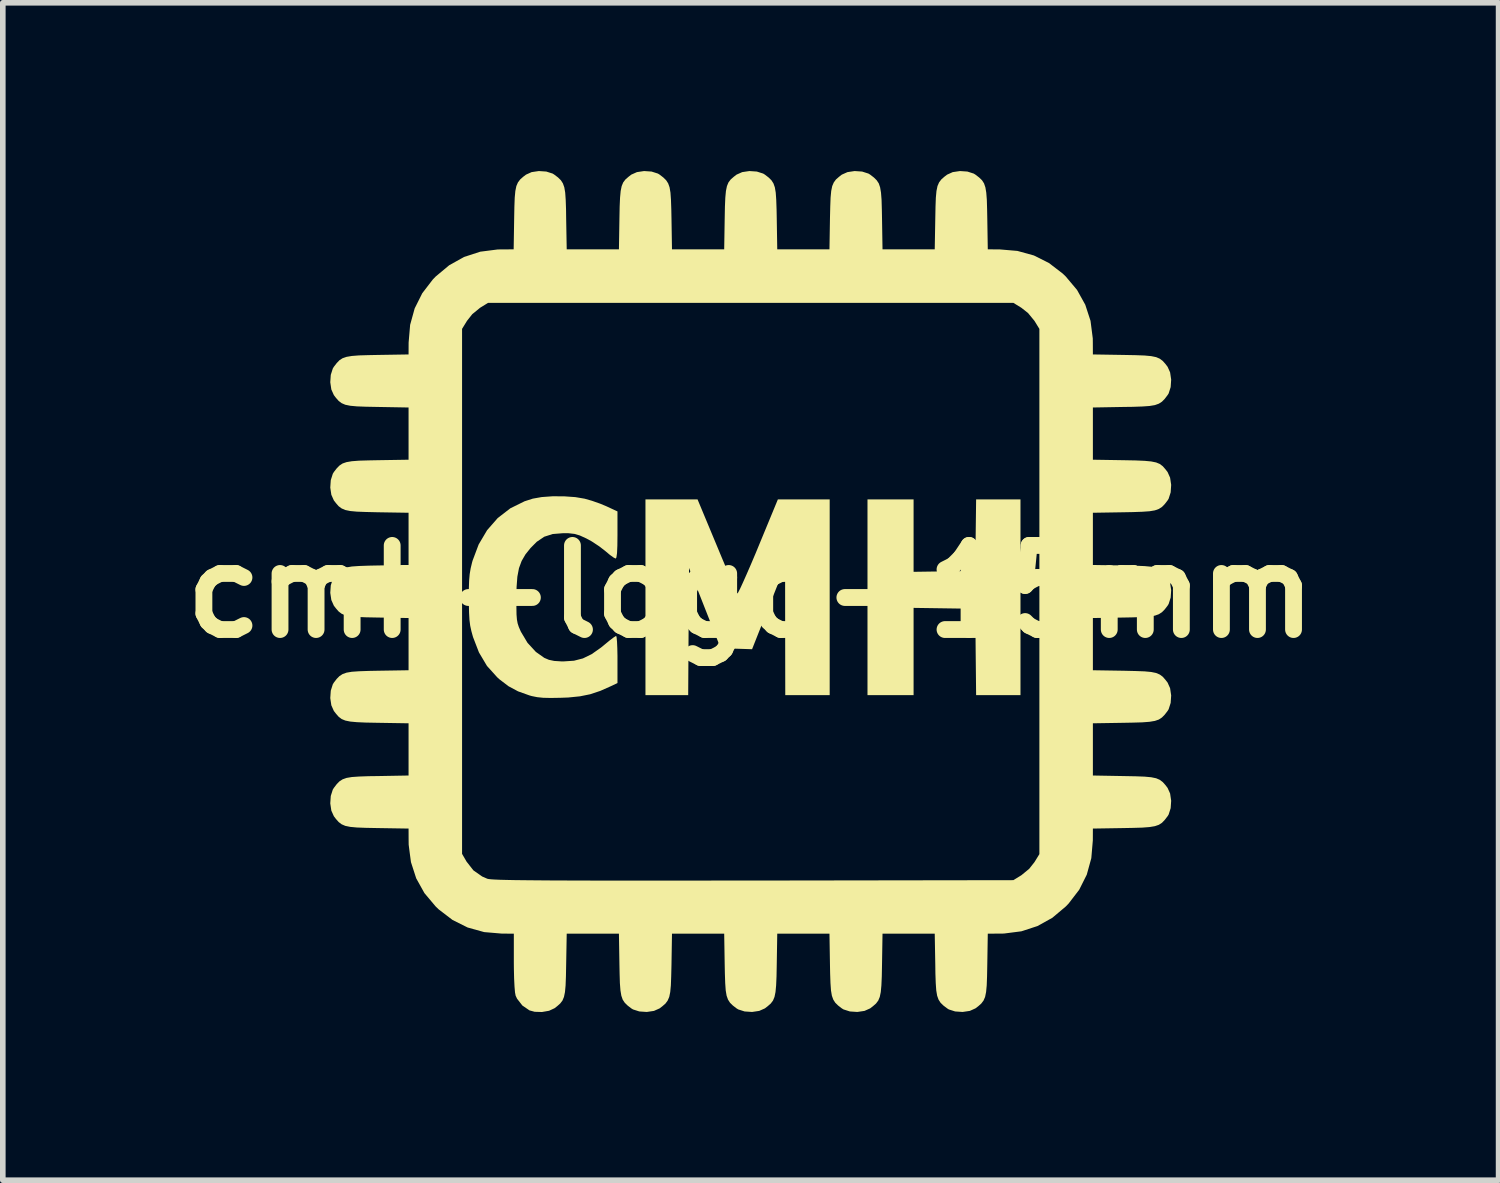
<source format=kicad_pcb>
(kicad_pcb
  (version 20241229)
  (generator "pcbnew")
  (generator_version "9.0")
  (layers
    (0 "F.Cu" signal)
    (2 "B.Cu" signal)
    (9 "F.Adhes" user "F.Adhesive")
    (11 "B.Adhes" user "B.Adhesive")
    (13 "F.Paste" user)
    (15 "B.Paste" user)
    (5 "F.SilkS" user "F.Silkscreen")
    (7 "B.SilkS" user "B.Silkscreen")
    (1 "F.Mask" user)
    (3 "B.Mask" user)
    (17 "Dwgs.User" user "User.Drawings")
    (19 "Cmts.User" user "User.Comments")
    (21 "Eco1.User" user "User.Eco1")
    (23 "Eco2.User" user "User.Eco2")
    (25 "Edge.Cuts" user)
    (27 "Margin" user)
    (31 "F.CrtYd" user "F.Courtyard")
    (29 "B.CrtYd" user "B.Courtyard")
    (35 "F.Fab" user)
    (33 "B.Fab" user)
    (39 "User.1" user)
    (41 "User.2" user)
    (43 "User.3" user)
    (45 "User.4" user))
  (footprint "cmh-logo-15mm"
    (layer "F.Cu")
    (at 10.336 7.497)
    (property "Reference" "cmh-logo-15mm" (at 0 0 0) (layer "F.SilkS") (effects (font (size 1.5 1.5) (thickness 0.3))))
    (attr board_only exclude_from_pos_files exclude_from_bom)
    (fp_poly (pts (xy 2.904 -0.997) (xy 2.904 -0.351) (xy 3.454 -0.359) (xy 4.004 -0.367) (xy 4.011 -1.005) (xy 4.019 -1.642) (xy 4.415 -1.642) (xy 4.81 -1.642) (xy 4.81 0.103) (xy 4.81 1.848) (xy 4.415 1.848) (xy 4.019 1.848) (xy 4.011 1.078) (xy 4.004 0.308) (xy 3.454 0.3) (xy 2.904 0.292) (xy 2.904 1.07) (xy 2.904 1.848) (xy 2.493 1.848) (xy 2.082 1.848) (xy 2.082 0.103) (xy 2.082 -1.642) (xy 2.493 -1.642) (xy 2.904 -1.642)) (stroke (width 0) (type solid)) (fill yes) (layer "F.SilkS"))
    (fp_poly (pts (xy -0.603 -0.814) (xy -0.517 -0.607) (xy -0.437 -0.417) (xy -0.367 -0.252) (xy -0.309 -0.118) (xy -0.267 -0.022) (xy -0.243 0.03) (xy -0.239 0.036) (xy -0.223 0.015) (xy -0.188 -0.053) (xy -0.137 -0.164) (xy -0.072 -0.31) (xy 0.004 -0.485) (xy 0.088 -0.683) (xy 0.133 -0.792) (xy 0.484 -1.642) (xy 0.946 -1.642) (xy 1.408 -1.642) (xy 1.408 0.103) (xy 1.408 1.848) (xy 1.012 1.848) (xy 0.616 1.848) (xy 0.614 0.697) (xy 0.613 -0.455) (xy 0.318 0.287) (xy 0.024 1.029) (xy -0.256 1.02) (xy -0.536 1.012) (xy -0.818 0.296) (xy -1.1 -0.42) (xy -1.108 0.714) (xy -1.115 1.848) (xy -1.496 1.848) (xy -1.877 1.848) (xy -1.877 0.103) (xy -1.877 -1.642) (xy -1.412 -1.642) (xy -0.948 -1.642)) (stroke (width 0) (type solid)) (fill yes) (layer "F.SilkS"))
    (fp_poly (pts (xy -3.326 -1.697) (xy -3.127 -1.683) (xy -2.962 -1.655) (xy -2.832 -1.618) (xy -2.684 -1.566) (xy -2.574 -1.52) (xy -2.376 -1.428) (xy -2.376 -1.008) (xy -2.378 -0.817) (xy -2.384 -0.684) (xy -2.395 -0.608) (xy -2.408 -0.587) (xy -2.444 -0.605) (xy -2.51 -0.652) (xy -2.59 -0.719) (xy -2.591 -0.72) (xy -2.702 -0.806) (xy -2.834 -0.893) (xy -2.933 -0.947) (xy -3.047 -0.999) (xy -3.142 -1.027) (xy -3.247 -1.039) (xy -3.343 -1.04) (xy -3.53 -1.025) (xy -3.681 -0.977) (xy -3.816 -0.886) (xy -3.926 -0.775) (xy -4.018 -0.66) (xy -4.085 -0.544) (xy -4.132 -0.417) (xy -4.161 -0.265) (xy -4.175 -0.078) (xy -4.179 0.117) (xy -4.178 0.286) (xy -4.176 0.409) (xy -4.169 0.499) (xy -4.156 0.569) (xy -4.135 0.633) (xy -4.105 0.702) (xy -4.097 0.719) (xy -3.98 0.915) (xy -3.831 1.077) (xy -3.681 1.183) (xy -3.599 1.218) (xy -3.504 1.238) (xy -3.378 1.246) (xy -3.329 1.246) (xy -3.151 1.234) (xy -2.992 1.193) (xy -2.836 1.117) (xy -2.67 1) (xy -2.597 0.94) (xy -2.512 0.87) (xy -2.443 0.818) (xy -2.403 0.793) (xy -2.399 0.792) (xy -2.391 0.82) (xy -2.384 0.895) (xy -2.379 1.009) (xy -2.376 1.15) (xy -2.376 1.212) (xy -2.376 1.632) (xy -2.486 1.685) (xy -2.682 1.772) (xy -2.862 1.832) (xy -3.045 1.869) (xy -3.253 1.89) (xy -3.388 1.895) (xy -3.566 1.898) (xy -3.701 1.895) (xy -3.808 1.884) (xy -3.902 1.865) (xy -3.945 1.853) (xy -4.149 1.78) (xy -4.319 1.689) (xy -4.479 1.567) (xy -4.52 1.53) (xy -4.703 1.327) (xy -4.846 1.086) (xy -4.952 0.811) (xy -4.981 0.706) (xy -5.002 0.61) (xy -5.015 0.507) (xy -5.022 0.382) (xy -5.026 0.22) (xy -5.026 0.132) (xy -5.026 -0.054) (xy -5.021 -0.196) (xy -5.011 -0.31) (xy -4.994 -0.412) (xy -4.969 -0.516) (xy -4.96 -0.549) (xy -4.851 -0.839) (xy -4.7 -1.094) (xy -4.511 -1.31) (xy -4.287 -1.483) (xy -4.032 -1.609) (xy -3.885 -1.656) (xy -3.727 -1.684) (xy -3.533 -1.698)) (stroke (width 0) (type solid)) (fill yes) (layer "F.SilkS"))
    (fp_poly (pts (xy 3.863 -7.488) (xy 3.976 -7.452) (xy 4.007 -7.433) (xy 4.073 -7.382) (xy 4.124 -7.333) (xy 4.16 -7.277) (xy 4.184 -7.207) (xy 4.2 -7.112) (xy 4.21 -6.983) (xy 4.215 -6.811) (xy 4.218 -6.656) (xy 4.227 -6.101) (xy 4.438 -6.1) (xy 4.755 -6.073) (xy 5.049 -5.992) (xy 5.318 -5.857) (xy 5.563 -5.669) (xy 5.617 -5.617) (xy 5.818 -5.378) (xy 5.965 -5.114) (xy 6.059 -4.826) (xy 6.099 -4.514) (xy 6.1 -4.438) (xy 6.101 -4.227) (xy 6.656 -4.218) (xy 6.864 -4.214) (xy 7.023 -4.208) (xy 7.141 -4.197) (xy 7.229 -4.179) (xy 7.294 -4.151) (xy 7.347 -4.111) (xy 7.395 -4.057) (xy 7.433 -4.007) (xy 7.478 -3.907) (xy 7.497 -3.778) (xy 7.488 -3.645) (xy 7.452 -3.532) (xy 7.433 -3.502) (xy 7.382 -3.435) (xy 7.333 -3.385) (xy 7.277 -3.349) (xy 7.207 -3.324) (xy 7.112 -3.308) (xy 6.983 -3.299) (xy 6.811 -3.293) (xy 6.656 -3.291) (xy 6.101 -3.281) (xy 6.101 -2.816) (xy 6.101 -2.35) (xy 6.656 -2.341) (xy 6.864 -2.337) (xy 7.023 -2.33) (xy 7.141 -2.319) (xy 7.229 -2.301) (xy 7.294 -2.274) (xy 7.347 -2.234) (xy 7.395 -2.179) (xy 7.433 -2.13) (xy 7.478 -2.029) (xy 7.497 -1.901) (xy 7.488 -1.768) (xy 7.452 -1.655) (xy 7.433 -1.624) (xy 7.382 -1.558) (xy 7.333 -1.508) (xy 7.277 -1.472) (xy 7.207 -1.447) (xy 7.112 -1.431) (xy 6.983 -1.422) (xy 6.811 -1.416) (xy 6.656 -1.413) (xy 6.101 -1.404) (xy 6.101 -0.939) (xy 6.101 -0.473) (xy 6.656 -0.464) (xy 6.864 -0.46) (xy 7.023 -0.453) (xy 7.141 -0.442) (xy 7.229 -0.424) (xy 7.294 -0.397) (xy 7.347 -0.357) (xy 7.395 -0.302) (xy 7.433 -0.253) (xy 7.478 -0.152) (xy 7.497 -0.024) (xy 7.488 0.109) (xy 7.452 0.222) (xy 7.433 0.253) (xy 7.382 0.319) (xy 7.333 0.369) (xy 7.277 0.405) (xy 7.207 0.43) (xy 7.112 0.446) (xy 6.983 0.455) (xy 6.811 0.461) (xy 6.656 0.464) (xy 6.101 0.473) (xy 6.101 0.939) (xy 6.101 1.404) (xy 6.656 1.413) (xy 6.864 1.418) (xy 7.023 1.424) (xy 7.141 1.435) (xy 7.229 1.453) (xy 7.294 1.481) (xy 7.347 1.52) (xy 7.395 1.575) (xy 7.433 1.624) (xy 7.478 1.725) (xy 7.497 1.853) (xy 7.488 1.986) (xy 7.452 2.099) (xy 7.433 2.13) (xy 7.382 2.196) (xy 7.333 2.246) (xy 7.277 2.283) (xy 7.207 2.307) (xy 7.112 2.323) (xy 6.983 2.333) (xy 6.811 2.338) (xy 6.656 2.341) (xy 6.101 2.35) (xy 6.101 2.816) (xy 6.101 3.281) (xy 6.656 3.291) (xy 6.864 3.295) (xy 7.023 3.301) (xy 7.141 3.312) (xy 7.229 3.33) (xy 7.294 3.358) (xy 7.347 3.398) (xy 7.395 3.452) (xy 7.433 3.502) (xy 7.478 3.602) (xy 7.497 3.731) (xy 7.488 3.863) (xy 7.452 3.976) (xy 7.433 4.007) (xy 7.382 4.073) (xy 7.333 4.124) (xy 7.277 4.16) (xy 7.207 4.184) (xy 7.112 4.2) (xy 6.983 4.21) (xy 6.811 4.215) (xy 6.656 4.218) (xy 6.101 4.227) (xy 6.1 4.438) (xy 6.073 4.755) (xy 5.992 5.049) (xy 5.857 5.318) (xy 5.669 5.563) (xy 5.617 5.617) (xy 5.378 5.818) (xy 5.114 5.965) (xy 4.826 6.059) (xy 4.514 6.099) (xy 4.438 6.1) (xy 4.227 6.101) (xy 4.218 6.656) (xy 4.214 6.864) (xy 4.208 7.023) (xy 4.197 7.141) (xy 4.179 7.229) (xy 4.151 7.294) (xy 4.111 7.347) (xy 4.057 7.395) (xy 4.007 7.433) (xy 3.907 7.478) (xy 3.778 7.497) (xy 3.645 7.488) (xy 3.532 7.452) (xy 3.502 7.433) (xy 3.435 7.382) (xy 3.385 7.333) (xy 3.349 7.277) (xy 3.324 7.207) (xy 3.308 7.112) (xy 3.299 6.983) (xy 3.293 6.811) (xy 3.291 6.656) (xy 3.281 6.101) (xy 2.816 6.101) (xy 2.35 6.101) (xy 2.341 6.656) (xy 2.337 6.864) (xy 2.33 7.023) (xy 2.319 7.141) (xy 2.301 7.229) (xy 2.274 7.294) (xy 2.234 7.347) (xy 2.179 7.395) (xy 2.13 7.433) (xy 2.029 7.478) (xy 1.901 7.497) (xy 1.768 7.488) (xy 1.655 7.452) (xy 1.624 7.433) (xy 1.558 7.382) (xy 1.508 7.333) (xy 1.472 7.277) (xy 1.447 7.207) (xy 1.431 7.112) (xy 1.422 6.983) (xy 1.416 6.811) (xy 1.413 6.656) (xy 1.404 6.101) (xy 0.939 6.101) (xy 0.473 6.101) (xy 0.464 6.656) (xy 0.46 6.864) (xy 0.453 7.023) (xy 0.442 7.141) (xy 0.424 7.229) (xy 0.397 7.294) (xy 0.357 7.347) (xy 0.302 7.395) (xy 0.253 7.433) (xy 0.152 7.478) (xy 0.024 7.497) (xy -0.109 7.488) (xy -0.222 7.452) (xy -0.253 7.433) (xy -0.319 7.382) (xy -0.369 7.333) (xy -0.405 7.277) (xy -0.43 7.207) (xy -0.446 7.112) (xy -0.455 6.983) (xy -0.461 6.811) (xy -0.464 6.656) (xy -0.473 6.101) (xy -0.939 6.101) (xy -1.404 6.101) (xy -1.413 6.656) (xy -1.418 6.864) (xy -1.424 7.023) (xy -1.435 7.141) (xy -1.453 7.229) (xy -1.481 7.294) (xy -1.52 7.347) (xy -1.575 7.395) (xy -1.624 7.433) (xy -1.725 7.478) (xy -1.853 7.497) (xy -1.986 7.488) (xy -2.099 7.452) (xy -2.13 7.433) (xy -2.196 7.382) (xy -2.246 7.333) (xy -2.283 7.277) (xy -2.307 7.207) (xy -2.323 7.112) (xy -2.333 6.983) (xy -2.338 6.811) (xy -2.341 6.656) (xy -2.35 6.101) (xy -2.816 6.101) (xy -3.281 6.101) (xy -3.291 6.656) (xy -3.295 6.864) (xy -3.301 7.023) (xy -3.312 7.142) (xy -3.33 7.229) (xy -3.357 7.294) (xy -3.397 7.346) (xy -3.451 7.394) (xy -3.497 7.43) (xy -3.596 7.476) (xy -3.723 7.498) (xy -3.852 7.494) (xy -3.945 7.469) (xy -4.072 7.382) (xy -4.167 7.26) (xy -4.192 7.206) (xy -4.203 7.148) (xy -4.212 7.042) (xy -4.219 6.898) (xy -4.223 6.727) (xy -4.224 6.612) (xy -4.224 6.101) (xy -4.436 6.1) (xy -4.753 6.073) (xy -5.048 5.991) (xy -5.318 5.856) (xy -5.564 5.668) (xy -5.617 5.617) (xy -5.818 5.378) (xy -5.965 5.114) (xy -6.058 4.826) (xy -6.078 4.678) (xy -5.147 4.678) (xy -5.067 4.816) (xy -4.945 4.972) (xy -4.788 5.082) (xy -4.696 5.122) (xy -4.672 5.127) (xy -4.628 5.132) (xy -4.562 5.136) (xy -4.471 5.14) (xy -4.354 5.143) (xy -4.207 5.146) (xy -4.028 5.148) (xy -3.814 5.15) (xy -3.564 5.152) (xy -3.274 5.153) (xy -2.943 5.154) (xy -2.568 5.155) (xy -2.147 5.155) (xy -1.676 5.155) (xy -1.154 5.155) (xy -0.578 5.154) (xy 0.046 5.154) (xy 4.683 5.147) (xy 4.826 5.059) (xy 4.965 4.945) (xy 5.059 4.826) (xy 5.147 4.683) (xy 5.147 0) (xy 5.147 -4.683) (xy 5.059 -4.826) (xy 4.945 -4.965) (xy 4.826 -5.059) (xy 4.683 -5.147) (xy 0 -5.147) (xy -4.683 -5.147) (xy -4.826 -5.059) (xy -4.965 -4.945) (xy -5.059 -4.826) (xy -5.147 -4.683) (xy -5.147 -0.002) (xy -5.147 4.678) (xy -6.078 4.678) (xy -6.099 4.515) (xy -6.1 4.438) (xy -6.101 4.227) (xy -6.656 4.218) (xy -6.864 4.214) (xy -7.023 4.208) (xy -7.141 4.197) (xy -7.229 4.179) (xy -7.294 4.151) (xy -7.347 4.111) (xy -7.395 4.057) (xy -7.433 4.007) (xy -7.478 3.907) (xy -7.497 3.778) (xy -7.488 3.645) (xy -7.452 3.532) (xy -7.433 3.502) (xy -7.382 3.435) (xy -7.333 3.385) (xy -7.277 3.349) (xy -7.207 3.324) (xy -7.112 3.308) (xy -6.983 3.299) (xy -6.811 3.293) (xy -6.656 3.291) (xy -6.101 3.281) (xy -6.101 2.816) (xy -6.101 2.35) (xy -6.656 2.341) (xy -6.864 2.337) (xy -7.023 2.33) (xy -7.141 2.319) (xy -7.229 2.301) (xy -7.294 2.274) (xy -7.347 2.234) (xy -7.395 2.179) (xy -7.433 2.13) (xy -7.478 2.029) (xy -7.497 1.901) (xy -7.488 1.768) (xy -7.452 1.655) (xy -7.433 1.624) (xy -7.382 1.558) (xy -7.333 1.508) (xy -7.277 1.472) (xy -7.207 1.447) (xy -7.112 1.431) (xy -6.983 1.422) (xy -6.811 1.416) (xy -6.656 1.413) (xy -6.101 1.404) (xy -6.101 0.939) (xy -6.101 0.473) (xy -6.656 0.464) (xy -6.864 0.46) (xy -7.023 0.453) (xy -7.141 0.442) (xy -7.229 0.424) (xy -7.294 0.397) (xy -7.347 0.357) (xy -7.395 0.302) (xy -7.433 0.253) (xy -7.478 0.152) (xy -7.497 0.024) (xy -7.488 -0.109) (xy -7.452 -0.222) (xy -7.433 -0.253) (xy -7.382 -0.319) (xy -7.333 -0.369) (xy -7.277 -0.405) (xy -7.207 -0.43) (xy -7.112 -0.446) (xy -6.983 -0.455) (xy -6.811 -0.461) (xy -6.656 -0.464) (xy -6.101 -0.473) (xy -6.101 -0.939) (xy -6.101 -1.404) (xy -6.656 -1.413) (xy -6.864 -1.418) (xy -7.023 -1.424) (xy -7.141 -1.435) (xy -7.229 -1.453) (xy -7.294 -1.481) (xy -7.347 -1.52) (xy -7.395 -1.575) (xy -7.433 -1.624) (xy -7.478 -1.725) (xy -7.497 -1.853) (xy -7.488 -1.986) (xy -7.452 -2.099) (xy -7.433 -2.13) (xy -7.382 -2.196) (xy -7.333 -2.246) (xy -7.277 -2.283) (xy -7.207 -2.307) (xy -7.112 -2.323) (xy -6.983 -2.333) (xy -6.811 -2.338) (xy -6.656 -2.341) (xy -6.101 -2.35) (xy -6.101 -2.816) (xy -6.101 -3.281) (xy -6.656 -3.291) (xy -6.864 -3.295) (xy -7.023 -3.301) (xy -7.141 -3.312) (xy -7.229 -3.33) (xy -7.294 -3.358) (xy -7.347 -3.398) (xy -7.395 -3.452) (xy -7.433 -3.502) (xy -7.478 -3.602) (xy -7.497 -3.731) (xy -7.488 -3.863) (xy -7.452 -3.976) (xy -7.433 -4.007) (xy -7.382 -4.073) (xy -7.333 -4.124) (xy -7.277 -4.16) (xy -7.207 -4.184) (xy -7.112 -4.2) (xy -6.983 -4.21) (xy -6.811 -4.215) (xy -6.656 -4.218) (xy -6.101 -4.227) (xy -6.1 -4.438) (xy -6.073 -4.755) (xy -5.992 -5.048) (xy -5.857 -5.318) (xy -5.669 -5.563) (xy -5.617 -5.617) (xy -5.377 -5.817) (xy -5.112 -5.965) (xy -4.823 -6.059) (xy -4.511 -6.099) (xy -4.438 -6.1) (xy -4.227 -6.101) (xy -4.218 -6.656) (xy -4.214 -6.864) (xy -4.208 -7.023) (xy -4.197 -7.141) (xy -4.179 -7.229) (xy -4.151 -7.294) (xy -4.111 -7.347) (xy -4.057 -7.395) (xy -4.007 -7.433) (xy -3.907 -7.478) (xy -3.778 -7.497) (xy -3.645 -7.488) (xy -3.532 -7.452) (xy -3.502 -7.433) (xy -3.435 -7.382) (xy -3.385 -7.333) (xy -3.349 -7.277) (xy -3.324 -7.207) (xy -3.308 -7.112) (xy -3.299 -6.983) (xy -3.293 -6.811) (xy -3.291 -6.656) (xy -3.281 -6.101) (xy -2.816 -6.101) (xy -2.35 -6.101) (xy -2.341 -6.656) (xy -2.337 -6.864) (xy -2.33 -7.023) (xy -2.319 -7.141) (xy -2.301 -7.229) (xy -2.274 -7.294) (xy -2.234 -7.347) (xy -2.179 -7.395) (xy -2.13 -7.433) (xy -2.029 -7.478) (xy -1.901 -7.497) (xy -1.768 -7.488) (xy -1.655 -7.452) (xy -1.624 -7.433) (xy -1.558 -7.382) (xy -1.508 -7.333) (xy -1.472 -7.277) (xy -1.447 -7.207) (xy -1.431 -7.112) (xy -1.422 -6.983) (xy -1.416 -6.811) (xy -1.413 -6.656) (xy -1.404 -6.101) (xy -0.939 -6.101) (xy -0.473 -6.101) (xy -0.464 -6.656) (xy -0.46 -6.864) (xy -0.453 -7.023) (xy -0.442 -7.141) (xy -0.424 -7.229) (xy -0.397 -7.294) (xy -0.357 -7.347) (xy -0.302 -7.395) (xy -0.253 -7.433) (xy -0.152 -7.478) (xy -0.024 -7.497) (xy 0.109 -7.488) (xy 0.222 -7.452) (xy 0.253 -7.433) (xy 0.319 -7.382) (xy 0.369 -7.333) (xy 0.405 -7.277) (xy 0.43 -7.207) (xy 0.446 -7.112) (xy 0.455 -6.983) (xy 0.461 -6.811) (xy 0.464 -6.656) (xy 0.473 -6.101) (xy 0.939 -6.101) (xy 1.404 -6.101) (xy 1.413 -6.656) (xy 1.418 -6.864) (xy 1.424 -7.023) (xy 1.435 -7.141) (xy 1.453 -7.229) (xy 1.481 -7.294) (xy 1.52 -7.347) (xy 1.575 -7.395) (xy 1.624 -7.433) (xy 1.725 -7.478) (xy 1.853 -7.497) (xy 1.986 -7.488) (xy 2.099 -7.452) (xy 2.13 -7.433) (xy 2.196 -7.382) (xy 2.246 -7.333) (xy 2.283 -7.277) (xy 2.307 -7.207) (xy 2.323 -7.112) (xy 2.333 -6.983) (xy 2.338 -6.811) (xy 2.341 -6.656) (xy 2.35 -6.101) (xy 2.816 -6.101) (xy 3.281 -6.101) (xy 3.291 -6.656) (xy 3.295 -6.864) (xy 3.301 -7.023) (xy 3.312 -7.141) (xy 3.33 -7.229) (xy 3.358 -7.294) (xy 3.398 -7.347) (xy 3.452 -7.395) (xy 3.502 -7.433) (xy 3.602 -7.478) (xy 3.731 -7.497)) (stroke (width 0) (type solid)) (fill yes) (layer "F.SilkS")))
  (gr_rect
    (start -3 -3)
    (end 23.671 17.994)
    (stroke (width 0.1) (type default))
    (fill no)
    (layer "Edge.Cuts")))
</source>
